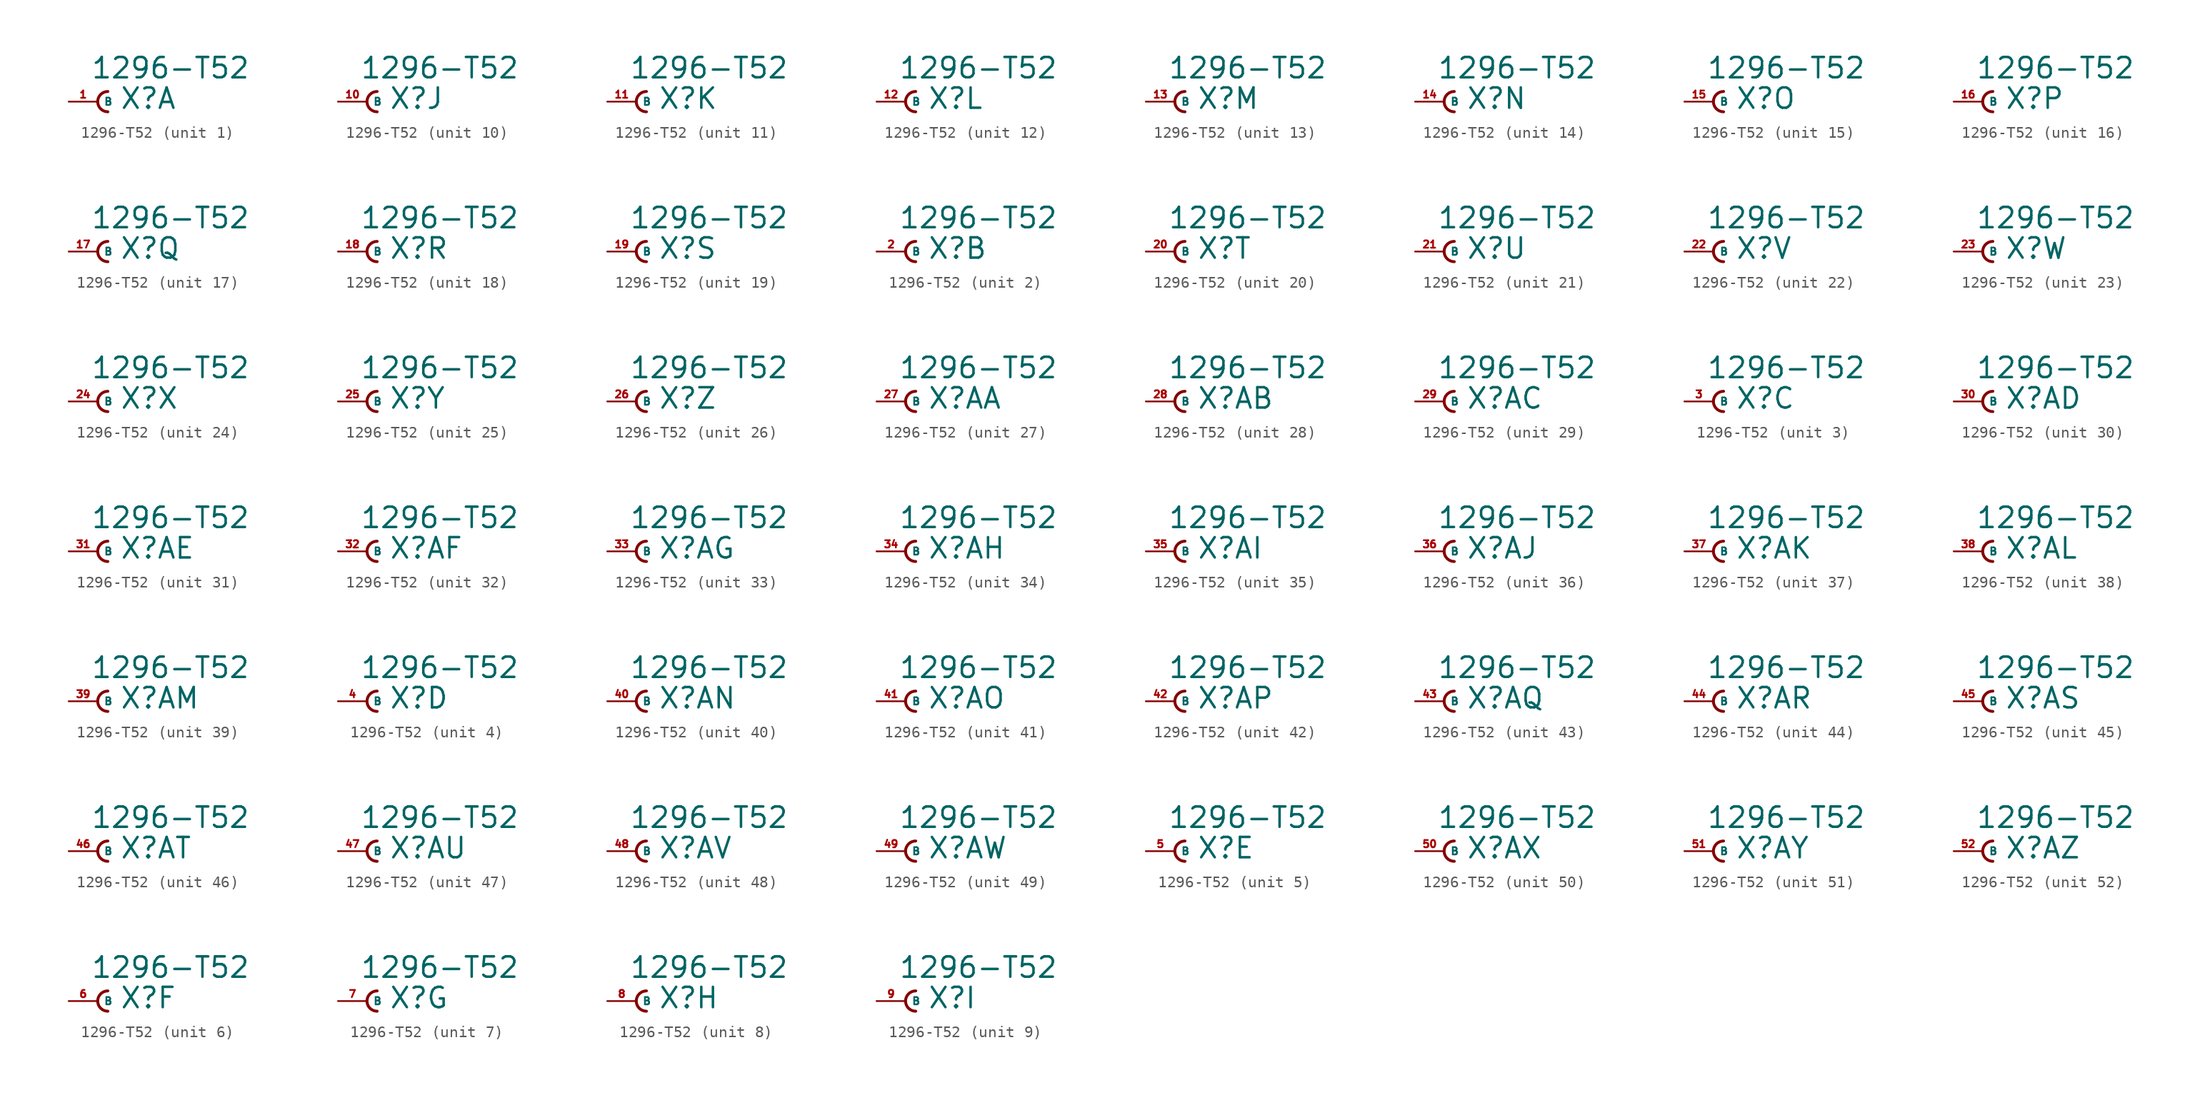
<source format=kicad_sym>
(kicad_symbol_lib
  (version 20220914)
  (generator Eagle2Kicad)
  (symbol "1296-T52"
    (property "Reference" "X"
      (at 1.905 -0.762 0)
      (effects (font (size 1.778 1.778) (thickness 0.22)) (justify left bottom)))
    (property "Value" "1296-T52"
      (at -0.635 1.905 0)
      (effects (font (size 1.778 1.778) (thickness 0.22)) (justify left bottom)))
    (symbol "1296-T52_1_0"
      (arc (start 0.889 0.889) (mid 0.000 0.000) (end 0.889 -0.889) (stroke (width 0.254) (type default)) (fill (type none)))
      (pin passive line (at -2.54 0 0) (length 2.54) (name "B" (effects (font (size 0.635 0.635) (thickness 0.08)) (justify left bottom))) (number "1" (effects (font (size 0.635 0.635) (thickness 0.08)) (justify left bottom)))))
    (symbol "1296-T52_2_0"
      (arc (start 0.889 0.889) (mid 0.000 0.000) (end 0.889 -0.889) (stroke (width 0.254) (type default)) (fill (type none)))
      (pin passive line (at -2.54 0 0) (length 2.54) (name "B" (effects (font (size 0.635 0.635) (thickness 0.08)) (justify left bottom))) (number "2" (effects (font (size 0.635 0.635) (thickness 0.08)) (justify left bottom)))))
    (symbol "1296-T52_3_0"
      (arc (start 0.889 0.889) (mid 0.000 0.000) (end 0.889 -0.889) (stroke (width 0.254) (type default)) (fill (type none)))
      (pin passive line (at -2.54 0 0) (length 2.54) (name "B" (effects (font (size 0.635 0.635) (thickness 0.08)) (justify left bottom))) (number "3" (effects (font (size 0.635 0.635) (thickness 0.08)) (justify left bottom)))))
    (symbol "1296-T52_4_0"
      (arc (start 0.889 0.889) (mid 0.000 0.000) (end 0.889 -0.889) (stroke (width 0.254) (type default)) (fill (type none)))
      (pin passive line (at -2.54 0 0) (length 2.54) (name "B" (effects (font (size 0.635 0.635) (thickness 0.08)) (justify left bottom))) (number "4" (effects (font (size 0.635 0.635) (thickness 0.08)) (justify left bottom)))))
    (symbol "1296-T52_5_0"
      (arc (start 0.889 0.889) (mid 0.000 0.000) (end 0.889 -0.889) (stroke (width 0.254) (type default)) (fill (type none)))
      (pin passive line (at -2.54 0 0) (length 2.54) (name "B" (effects (font (size 0.635 0.635) (thickness 0.08)) (justify left bottom))) (number "5" (effects (font (size 0.635 0.635) (thickness 0.08)) (justify left bottom)))))
    (symbol "1296-T52_6_0"
      (arc (start 0.889 0.889) (mid 0.000 0.000) (end 0.889 -0.889) (stroke (width 0.254) (type default)) (fill (type none)))
      (pin passive line (at -2.54 0 0) (length 2.54) (name "B" (effects (font (size 0.635 0.635) (thickness 0.08)) (justify left bottom))) (number "6" (effects (font (size 0.635 0.635) (thickness 0.08)) (justify left bottom)))))
    (symbol "1296-T52_7_0"
      (arc (start 0.889 0.889) (mid 0.000 0.000) (end 0.889 -0.889) (stroke (width 0.254) (type default)) (fill (type none)))
      (pin passive line (at -2.54 0 0) (length 2.54) (name "B" (effects (font (size 0.635 0.635) (thickness 0.08)) (justify left bottom))) (number "7" (effects (font (size 0.635 0.635) (thickness 0.08)) (justify left bottom)))))
    (symbol "1296-T52_8_0"
      (arc (start 0.889 0.889) (mid 0.000 0.000) (end 0.889 -0.889) (stroke (width 0.254) (type default)) (fill (type none)))
      (pin passive line (at -2.54 0 0) (length 2.54) (name "B" (effects (font (size 0.635 0.635) (thickness 0.08)) (justify left bottom))) (number "8" (effects (font (size 0.635 0.635) (thickness 0.08)) (justify left bottom)))))
    (symbol "1296-T52_9_0"
      (arc (start 0.889 0.889) (mid 0.000 0.000) (end 0.889 -0.889) (stroke (width 0.254) (type default)) (fill (type none)))
      (pin passive line (at -2.54 0 0) (length 2.54) (name "B" (effects (font (size 0.635 0.635) (thickness 0.08)) (justify left bottom))) (number "9" (effects (font (size 0.635 0.635) (thickness 0.08)) (justify left bottom)))))
    (symbol "1296-T52_10_0"
      (arc (start 0.889 0.889) (mid 0.000 0.000) (end 0.889 -0.889) (stroke (width 0.254) (type default)) (fill (type none)))
      (pin passive line (at -2.54 0 0) (length 2.54) (name "B" (effects (font (size 0.635 0.635) (thickness 0.08)) (justify left bottom))) (number "10" (effects (font (size 0.635 0.635) (thickness 0.08)) (justify left bottom)))))
    (symbol "1296-T52_11_0"
      (arc (start 0.889 0.889) (mid 0.000 0.000) (end 0.889 -0.889) (stroke (width 0.254) (type default)) (fill (type none)))
      (pin passive line (at -2.54 0 0) (length 2.54) (name "B" (effects (font (size 0.635 0.635) (thickness 0.08)) (justify left bottom))) (number "11" (effects (font (size 0.635 0.635) (thickness 0.08)) (justify left bottom)))))
    (symbol "1296-T52_12_0"
      (arc (start 0.889 0.889) (mid 0.000 0.000) (end 0.889 -0.889) (stroke (width 0.254) (type default)) (fill (type none)))
      (pin passive line (at -2.54 0 0) (length 2.54) (name "B" (effects (font (size 0.635 0.635) (thickness 0.08)) (justify left bottom))) (number "12" (effects (font (size 0.635 0.635) (thickness 0.08)) (justify left bottom)))))
    (symbol "1296-T52_13_0"
      (arc (start 0.889 0.889) (mid 0.000 0.000) (end 0.889 -0.889) (stroke (width 0.254) (type default)) (fill (type none)))
      (pin passive line (at -2.54 0 0) (length 2.54) (name "B" (effects (font (size 0.635 0.635) (thickness 0.08)) (justify left bottom))) (number "13" (effects (font (size 0.635 0.635) (thickness 0.08)) (justify left bottom)))))
    (symbol "1296-T52_14_0"
      (arc (start 0.889 0.889) (mid 0.000 0.000) (end 0.889 -0.889) (stroke (width 0.254) (type default)) (fill (type none)))
      (pin passive line (at -2.54 0 0) (length 2.54) (name "B" (effects (font (size 0.635 0.635) (thickness 0.08)) (justify left bottom))) (number "14" (effects (font (size 0.635 0.635) (thickness 0.08)) (justify left bottom)))))
    (symbol "1296-T52_15_0"
      (arc (start 0.889 0.889) (mid 0.000 0.000) (end 0.889 -0.889) (stroke (width 0.254) (type default)) (fill (type none)))
      (pin passive line (at -2.54 0 0) (length 2.54) (name "B" (effects (font (size 0.635 0.635) (thickness 0.08)) (justify left bottom))) (number "15" (effects (font (size 0.635 0.635) (thickness 0.08)) (justify left bottom)))))
    (symbol "1296-T52_16_0"
      (arc (start 0.889 0.889) (mid 0.000 0.000) (end 0.889 -0.889) (stroke (width 0.254) (type default)) (fill (type none)))
      (pin passive line (at -2.54 0 0) (length 2.54) (name "B" (effects (font (size 0.635 0.635) (thickness 0.08)) (justify left bottom))) (number "16" (effects (font (size 0.635 0.635) (thickness 0.08)) (justify left bottom)))))
    (symbol "1296-T52_17_0"
      (arc (start 0.889 0.889) (mid 0.000 0.000) (end 0.889 -0.889) (stroke (width 0.254) (type default)) (fill (type none)))
      (pin passive line (at -2.54 0 0) (length 2.54) (name "B" (effects (font (size 0.635 0.635) (thickness 0.08)) (justify left bottom))) (number "17" (effects (font (size 0.635 0.635) (thickness 0.08)) (justify left bottom)))))
    (symbol "1296-T52_18_0"
      (arc (start 0.889 0.889) (mid 0.000 0.000) (end 0.889 -0.889) (stroke (width 0.254) (type default)) (fill (type none)))
      (pin passive line (at -2.54 0 0) (length 2.54) (name "B" (effects (font (size 0.635 0.635) (thickness 0.08)) (justify left bottom))) (number "18" (effects (font (size 0.635 0.635) (thickness 0.08)) (justify left bottom)))))
    (symbol "1296-T52_19_0"
      (arc (start 0.889 0.889) (mid 0.000 0.000) (end 0.889 -0.889) (stroke (width 0.254) (type default)) (fill (type none)))
      (pin passive line (at -2.54 0 0) (length 2.54) (name "B" (effects (font (size 0.635 0.635) (thickness 0.08)) (justify left bottom))) (number "19" (effects (font (size 0.635 0.635) (thickness 0.08)) (justify left bottom)))))
    (symbol "1296-T52_20_0"
      (arc (start 0.889 0.889) (mid 0.000 0.000) (end 0.889 -0.889) (stroke (width 0.254) (type default)) (fill (type none)))
      (pin passive line (at -2.54 0 0) (length 2.54) (name "B" (effects (font (size 0.635 0.635) (thickness 0.08)) (justify left bottom))) (number "20" (effects (font (size 0.635 0.635) (thickness 0.08)) (justify left bottom)))))
    (symbol "1296-T52_21_0"
      (arc (start 0.889 0.889) (mid 0.000 0.000) (end 0.889 -0.889) (stroke (width 0.254) (type default)) (fill (type none)))
      (pin passive line (at -2.54 0 0) (length 2.54) (name "B" (effects (font (size 0.635 0.635) (thickness 0.08)) (justify left bottom))) (number "21" (effects (font (size 0.635 0.635) (thickness 0.08)) (justify left bottom)))))
    (symbol "1296-T52_22_0"
      (arc (start 0.889 0.889) (mid 0.000 0.000) (end 0.889 -0.889) (stroke (width 0.254) (type default)) (fill (type none)))
      (pin passive line (at -2.54 0 0) (length 2.54) (name "B" (effects (font (size 0.635 0.635) (thickness 0.08)) (justify left bottom))) (number "22" (effects (font (size 0.635 0.635) (thickness 0.08)) (justify left bottom)))))
    (symbol "1296-T52_23_0"
      (arc (start 0.889 0.889) (mid 0.000 0.000) (end 0.889 -0.889) (stroke (width 0.254) (type default)) (fill (type none)))
      (pin passive line (at -2.54 0 0) (length 2.54) (name "B" (effects (font (size 0.635 0.635) (thickness 0.08)) (justify left bottom))) (number "23" (effects (font (size 0.635 0.635) (thickness 0.08)) (justify left bottom)))))
    (symbol "1296-T52_24_0"
      (arc (start 0.889 0.889) (mid 0.000 0.000) (end 0.889 -0.889) (stroke (width 0.254) (type default)) (fill (type none)))
      (pin passive line (at -2.54 0 0) (length 2.54) (name "B" (effects (font (size 0.635 0.635) (thickness 0.08)) (justify left bottom))) (number "24" (effects (font (size 0.635 0.635) (thickness 0.08)) (justify left bottom)))))
    (symbol "1296-T52_25_0"
      (arc (start 0.889 0.889) (mid 0.000 0.000) (end 0.889 -0.889) (stroke (width 0.254) (type default)) (fill (type none)))
      (pin passive line (at -2.54 0 0) (length 2.54) (name "B" (effects (font (size 0.635 0.635) (thickness 0.08)) (justify left bottom))) (number "25" (effects (font (size 0.635 0.635) (thickness 0.08)) (justify left bottom)))))
    (symbol "1296-T52_26_0"
      (arc (start 0.889 0.889) (mid 0.000 0.000) (end 0.889 -0.889) (stroke (width 0.254) (type default)) (fill (type none)))
      (pin passive line (at -2.54 0 0) (length 2.54) (name "B" (effects (font (size 0.635 0.635) (thickness 0.08)) (justify left bottom))) (number "26" (effects (font (size 0.635 0.635) (thickness 0.08)) (justify left bottom)))))
    (symbol "1296-T52_27_0"
      (arc (start 0.889 0.889) (mid 0.000 0.000) (end 0.889 -0.889) (stroke (width 0.254) (type default)) (fill (type none)))
      (pin passive line (at -2.54 0 0) (length 2.54) (name "B" (effects (font (size 0.635 0.635) (thickness 0.08)) (justify left bottom))) (number "27" (effects (font (size 0.635 0.635) (thickness 0.08)) (justify left bottom)))))
    (symbol "1296-T52_28_0"
      (arc (start 0.889 0.889) (mid 0.000 0.000) (end 0.889 -0.889) (stroke (width 0.254) (type default)) (fill (type none)))
      (pin passive line (at -2.54 0 0) (length 2.54) (name "B" (effects (font (size 0.635 0.635) (thickness 0.08)) (justify left bottom))) (number "28" (effects (font (size 0.635 0.635) (thickness 0.08)) (justify left bottom)))))
    (symbol "1296-T52_29_0"
      (arc (start 0.889 0.889) (mid 0.000 0.000) (end 0.889 -0.889) (stroke (width 0.254) (type default)) (fill (type none)))
      (pin passive line (at -2.54 0 0) (length 2.54) (name "B" (effects (font (size 0.635 0.635) (thickness 0.08)) (justify left bottom))) (number "29" (effects (font (size 0.635 0.635) (thickness 0.08)) (justify left bottom)))))
    (symbol "1296-T52_30_0"
      (arc (start 0.889 0.889) (mid 0.000 0.000) (end 0.889 -0.889) (stroke (width 0.254) (type default)) (fill (type none)))
      (pin passive line (at -2.54 0 0) (length 2.54) (name "B" (effects (font (size 0.635 0.635) (thickness 0.08)) (justify left bottom))) (number "30" (effects (font (size 0.635 0.635) (thickness 0.08)) (justify left bottom)))))
    (symbol "1296-T52_31_0"
      (arc (start 0.889 0.889) (mid 0.000 0.000) (end 0.889 -0.889) (stroke (width 0.254) (type default)) (fill (type none)))
      (pin passive line (at -2.54 0 0) (length 2.54) (name "B" (effects (font (size 0.635 0.635) (thickness 0.08)) (justify left bottom))) (number "31" (effects (font (size 0.635 0.635) (thickness 0.08)) (justify left bottom)))))
    (symbol "1296-T52_32_0"
      (arc (start 0.889 0.889) (mid 0.000 0.000) (end 0.889 -0.889) (stroke (width 0.254) (type default)) (fill (type none)))
      (pin passive line (at -2.54 0 0) (length 2.54) (name "B" (effects (font (size 0.635 0.635) (thickness 0.08)) (justify left bottom))) (number "32" (effects (font (size 0.635 0.635) (thickness 0.08)) (justify left bottom)))))
    (symbol "1296-T52_33_0"
      (arc (start 0.889 0.889) (mid 0.000 0.000) (end 0.889 -0.889) (stroke (width 0.254) (type default)) (fill (type none)))
      (pin passive line (at -2.54 0 0) (length 2.54) (name "B" (effects (font (size 0.635 0.635) (thickness 0.08)) (justify left bottom))) (number "33" (effects (font (size 0.635 0.635) (thickness 0.08)) (justify left bottom)))))
    (symbol "1296-T52_34_0"
      (arc (start 0.889 0.889) (mid 0.000 0.000) (end 0.889 -0.889) (stroke (width 0.254) (type default)) (fill (type none)))
      (pin passive line (at -2.54 0 0) (length 2.54) (name "B" (effects (font (size 0.635 0.635) (thickness 0.08)) (justify left bottom))) (number "34" (effects (font (size 0.635 0.635) (thickness 0.08)) (justify left bottom)))))
    (symbol "1296-T52_35_0"
      (arc (start 0.889 0.889) (mid 0.000 0.000) (end 0.889 -0.889) (stroke (width 0.254) (type default)) (fill (type none)))
      (pin passive line (at -2.54 0 0) (length 2.54) (name "B" (effects (font (size 0.635 0.635) (thickness 0.08)) (justify left bottom))) (number "35" (effects (font (size 0.635 0.635) (thickness 0.08)) (justify left bottom)))))
    (symbol "1296-T52_36_0"
      (arc (start 0.889 0.889) (mid 0.000 0.000) (end 0.889 -0.889) (stroke (width 0.254) (type default)) (fill (type none)))
      (pin passive line (at -2.54 0 0) (length 2.54) (name "B" (effects (font (size 0.635 0.635) (thickness 0.08)) (justify left bottom))) (number "36" (effects (font (size 0.635 0.635) (thickness 0.08)) (justify left bottom)))))
    (symbol "1296-T52_37_0"
      (arc (start 0.889 0.889) (mid 0.000 0.000) (end 0.889 -0.889) (stroke (width 0.254) (type default)) (fill (type none)))
      (pin passive line (at -2.54 0 0) (length 2.54) (name "B" (effects (font (size 0.635 0.635) (thickness 0.08)) (justify left bottom))) (number "37" (effects (font (size 0.635 0.635) (thickness 0.08)) (justify left bottom)))))
    (symbol "1296-T52_38_0"
      (arc (start 0.889 0.889) (mid 0.000 0.000) (end 0.889 -0.889) (stroke (width 0.254) (type default)) (fill (type none)))
      (pin passive line (at -2.54 0 0) (length 2.54) (name "B" (effects (font (size 0.635 0.635) (thickness 0.08)) (justify left bottom))) (number "38" (effects (font (size 0.635 0.635) (thickness 0.08)) (justify left bottom)))))
    (symbol "1296-T52_39_0"
      (arc (start 0.889 0.889) (mid 0.000 0.000) (end 0.889 -0.889) (stroke (width 0.254) (type default)) (fill (type none)))
      (pin passive line (at -2.54 0 0) (length 2.54) (name "B" (effects (font (size 0.635 0.635) (thickness 0.08)) (justify left bottom))) (number "39" (effects (font (size 0.635 0.635) (thickness 0.08)) (justify left bottom)))))
    (symbol "1296-T52_40_0"
      (arc (start 0.889 0.889) (mid 0.000 0.000) (end 0.889 -0.889) (stroke (width 0.254) (type default)) (fill (type none)))
      (pin passive line (at -2.54 0 0) (length 2.54) (name "B" (effects (font (size 0.635 0.635) (thickness 0.08)) (justify left bottom))) (number "40" (effects (font (size 0.635 0.635) (thickness 0.08)) (justify left bottom)))))
    (symbol "1296-T52_41_0"
      (arc (start 0.889 0.889) (mid 0.000 0.000) (end 0.889 -0.889) (stroke (width 0.254) (type default)) (fill (type none)))
      (pin passive line (at -2.54 0 0) (length 2.54) (name "B" (effects (font (size 0.635 0.635) (thickness 0.08)) (justify left bottom))) (number "41" (effects (font (size 0.635 0.635) (thickness 0.08)) (justify left bottom)))))
    (symbol "1296-T52_42_0"
      (arc (start 0.889 0.889) (mid 0.000 0.000) (end 0.889 -0.889) (stroke (width 0.254) (type default)) (fill (type none)))
      (pin passive line (at -2.54 0 0) (length 2.54) (name "B" (effects (font (size 0.635 0.635) (thickness 0.08)) (justify left bottom))) (number "42" (effects (font (size 0.635 0.635) (thickness 0.08)) (justify left bottom)))))
    (symbol "1296-T52_43_0"
      (arc (start 0.889 0.889) (mid 0.000 0.000) (end 0.889 -0.889) (stroke (width 0.254) (type default)) (fill (type none)))
      (pin passive line (at -2.54 0 0) (length 2.54) (name "B" (effects (font (size 0.635 0.635) (thickness 0.08)) (justify left bottom))) (number "43" (effects (font (size 0.635 0.635) (thickness 0.08)) (justify left bottom)))))
    (symbol "1296-T52_44_0"
      (arc (start 0.889 0.889) (mid 0.000 0.000) (end 0.889 -0.889) (stroke (width 0.254) (type default)) (fill (type none)))
      (pin passive line (at -2.54 0 0) (length 2.54) (name "B" (effects (font (size 0.635 0.635) (thickness 0.08)) (justify left bottom))) (number "44" (effects (font (size 0.635 0.635) (thickness 0.08)) (justify left bottom)))))
    (symbol "1296-T52_45_0"
      (arc (start 0.889 0.889) (mid 0.000 0.000) (end 0.889 -0.889) (stroke (width 0.254) (type default)) (fill (type none)))
      (pin passive line (at -2.54 0 0) (length 2.54) (name "B" (effects (font (size 0.635 0.635) (thickness 0.08)) (justify left bottom))) (number "45" (effects (font (size 0.635 0.635) (thickness 0.08)) (justify left bottom)))))
    (symbol "1296-T52_46_0"
      (arc (start 0.889 0.889) (mid 0.000 0.000) (end 0.889 -0.889) (stroke (width 0.254) (type default)) (fill (type none)))
      (pin passive line (at -2.54 0 0) (length 2.54) (name "B" (effects (font (size 0.635 0.635) (thickness 0.08)) (justify left bottom))) (number "46" (effects (font (size 0.635 0.635) (thickness 0.08)) (justify left bottom)))))
    (symbol "1296-T52_47_0"
      (arc (start 0.889 0.889) (mid 0.000 0.000) (end 0.889 -0.889) (stroke (width 0.254) (type default)) (fill (type none)))
      (pin passive line (at -2.54 0 0) (length 2.54) (name "B" (effects (font (size 0.635 0.635) (thickness 0.08)) (justify left bottom))) (number "47" (effects (font (size 0.635 0.635) (thickness 0.08)) (justify left bottom)))))
    (symbol "1296-T52_48_0"
      (arc (start 0.889 0.889) (mid 0.000 0.000) (end 0.889 -0.889) (stroke (width 0.254) (type default)) (fill (type none)))
      (pin passive line (at -2.54 0 0) (length 2.54) (name "B" (effects (font (size 0.635 0.635) (thickness 0.08)) (justify left bottom))) (number "48" (effects (font (size 0.635 0.635) (thickness 0.08)) (justify left bottom)))))
    (symbol "1296-T52_49_0"
      (arc (start 0.889 0.889) (mid 0.000 0.000) (end 0.889 -0.889) (stroke (width 0.254) (type default)) (fill (type none)))
      (pin passive line (at -2.54 0 0) (length 2.54) (name "B" (effects (font (size 0.635 0.635) (thickness 0.08)) (justify left bottom))) (number "49" (effects (font (size 0.635 0.635) (thickness 0.08)) (justify left bottom)))))
    (symbol "1296-T52_50_0"
      (arc (start 0.889 0.889) (mid 0.000 0.000) (end 0.889 -0.889) (stroke (width 0.254) (type default)) (fill (type none)))
      (pin passive line (at -2.54 0 0) (length 2.54) (name "B" (effects (font (size 0.635 0.635) (thickness 0.08)) (justify left bottom))) (number "50" (effects (font (size 0.635 0.635) (thickness 0.08)) (justify left bottom)))))
    (symbol "1296-T52_51_0"
      (arc (start 0.889 0.889) (mid 0.000 0.000) (end 0.889 -0.889) (stroke (width 0.254) (type default)) (fill (type none)))
      (pin passive line (at -2.54 0 0) (length 2.54) (name "B" (effects (font (size 0.635 0.635) (thickness 0.08)) (justify left bottom))) (number "51" (effects (font (size 0.635 0.635) (thickness 0.08)) (justify left bottom)))))
    (symbol "1296-T52_52_0"
      (arc (start 0.889 0.889) (mid 0.000 0.000) (end 0.889 -0.889) (stroke (width 0.254) (type default)) (fill (type none)))
      (pin passive line (at -2.54 0 0) (length 2.54) (name "B" (effects (font (size 0.635 0.635) (thickness 0.08)) (justify left bottom))) (number "52" (effects (font (size 0.635 0.635) (thickness 0.08)) (justify left bottom)))))))
</source>
